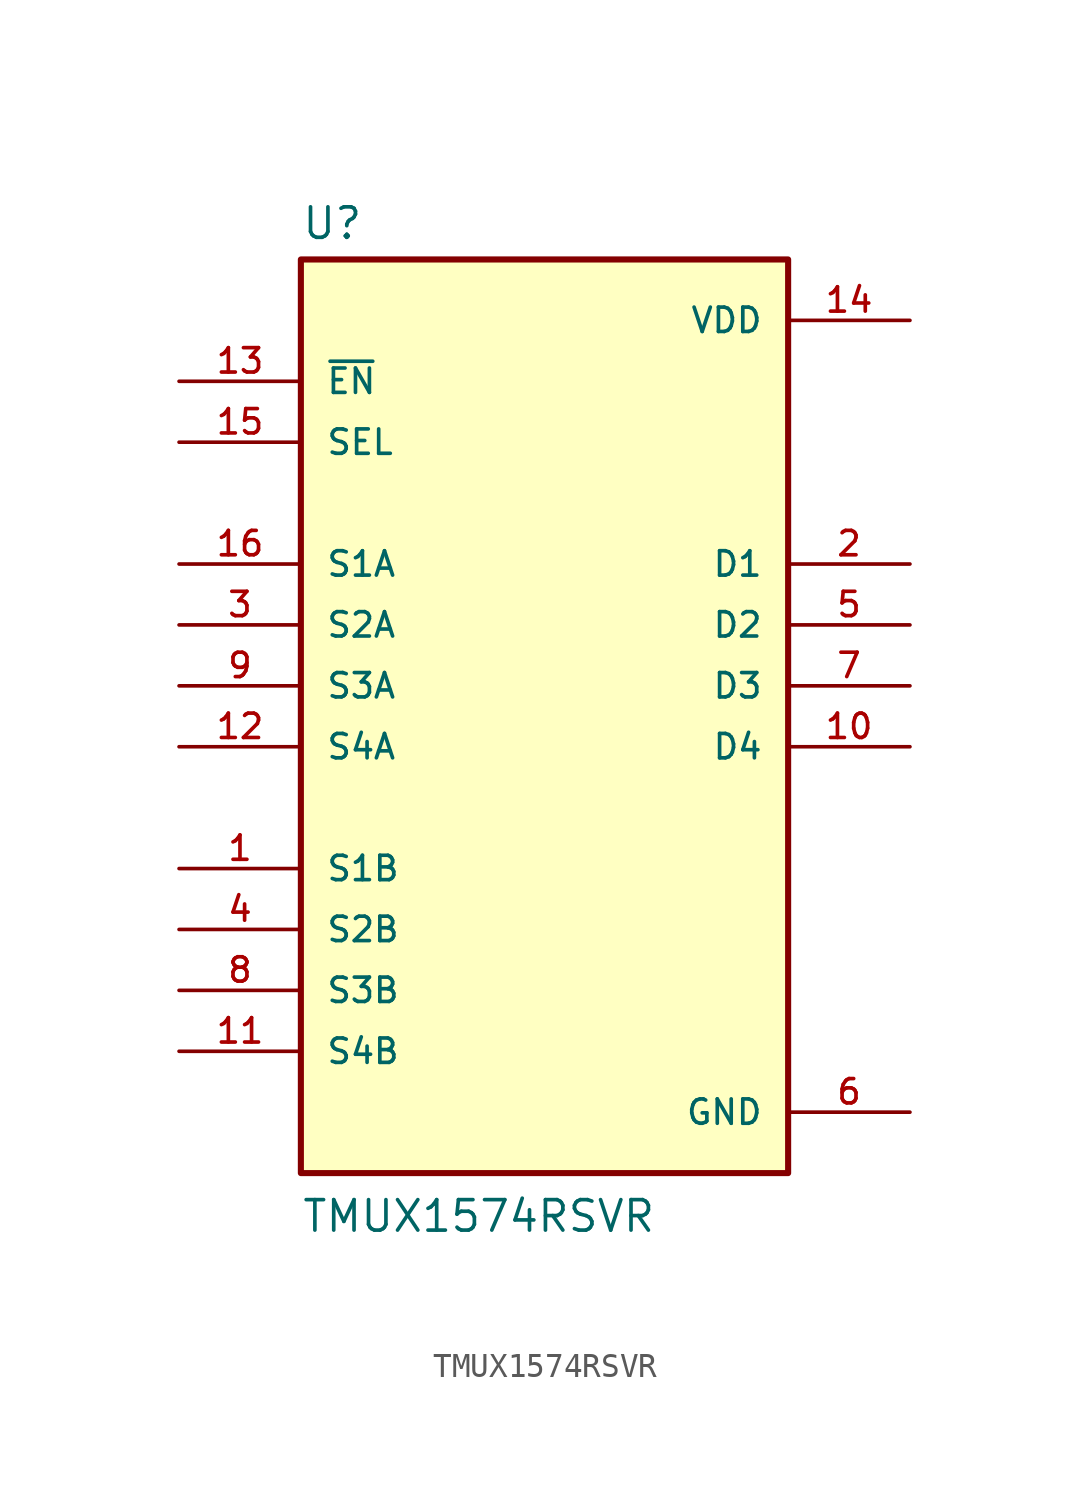
<source format=kicad_sym>
(kicad_symbol_lib
  (version 20211014)
  (generator kicad_symbol_editor)
  (symbol "TMUX1574RSVR"
    (pin_names
      (offset 1.016))
    (property "Reference" "U"
      (at -10.16 21.082 0)
      (effects (font (size 1.27 1.27)) (justify bottom left)))
    (property "Value" "TMUX1574RSVR"
      (at -10.16 -20.32 0)
      (effects (font (size 1.27 1.27)) (justify bottom left)))
    (symbol "TMUX1574RSVR_0_0"
      (rectangle (start -10.16 -17.78) (end 10.16 20.32) (stroke (width 0.254)) (fill (type background)))
      (pin input line (at -15.24 12.7 0) (length 5.08) (name "SEL" (effects (font (size 1.016 1.016)))) (number "15" (effects (font (size 1.016 1.016)))))
      (pin bidirectional line (at -15.24 7.62 0) (length 5.08) (name "S1A" (effects (font (size 1.016 1.016)))) (number "16" (effects (font (size 1.016 1.016)))))
      (pin bidirectional line (at -15.24 -5.08 0) (length 5.08) (name "S1B" (effects (font (size 1.016 1.016)))) (number "1" (effects (font (size 1.016 1.016)))))
      (pin bidirectional line (at 15.24 7.62 180.0) (length 5.08) (name "D1" (effects (font (size 1.016 1.016)))) (number "2" (effects (font (size 1.016 1.016)))))
      (pin bidirectional line (at -15.24 5.08 0) (length 5.08) (name "S2A" (effects (font (size 1.016 1.016)))) (number "3" (effects (font (size 1.016 1.016)))))
      (pin bidirectional line (at -15.24 -7.62 0) (length 5.08) (name "S2B" (effects (font (size 1.016 1.016)))) (number "4" (effects (font (size 1.016 1.016)))))
      (pin bidirectional line (at 15.24 5.08 180.0) (length 5.08) (name "D2" (effects (font (size 1.016 1.016)))) (number "5" (effects (font (size 1.016 1.016)))))
      (pin power_in line (at 15.24 -15.24 180.0) (length 5.08) (name "GND" (effects (font (size 1.016 1.016)))) (number "6" (effects (font (size 1.016 1.016)))))
      (pin bidirectional line (at 15.24 2.54 180.0) (length 5.08) (name "D3" (effects (font (size 1.016 1.016)))) (number "7" (effects (font (size 1.016 1.016)))))
      (pin bidirectional line (at -15.24 -10.16 0) (length 5.08) (name "S3B" (effects (font (size 1.016 1.016)))) (number "8" (effects (font (size 1.016 1.016)))))
      (pin bidirectional line (at -15.24 2.54 0) (length 5.08) (name "S3A" (effects (font (size 1.016 1.016)))) (number "9" (effects (font (size 1.016 1.016)))))
      (pin bidirectional line (at 15.24 0.0 180.0) (length 5.08) (name "D4" (effects (font (size 1.016 1.016)))) (number "10" (effects (font (size 1.016 1.016)))))
      (pin bidirectional line (at -15.24 -12.7 0) (length 5.08) (name "S4B" (effects (font (size 1.016 1.016)))) (number "11" (effects (font (size 1.016 1.016)))))
      (pin bidirectional line (at -15.24 0.0 0) (length 5.08) (name "S4A" (effects (font (size 1.016 1.016)))) (number "12" (effects (font (size 1.016 1.016)))))
      (pin input line (at -15.24 15.24 0) (length 5.08) (name "~{EN}" (effects (font (size 1.016 1.016)))) (number "13" (effects (font (size 1.016 1.016)))))
      (pin power_in line (at 15.24 17.78 180.0) (length 5.08) (name "VDD" (effects (font (size 1.016 1.016)))) (number "14" (effects (font (size 1.016 1.016))))))))
</source>
